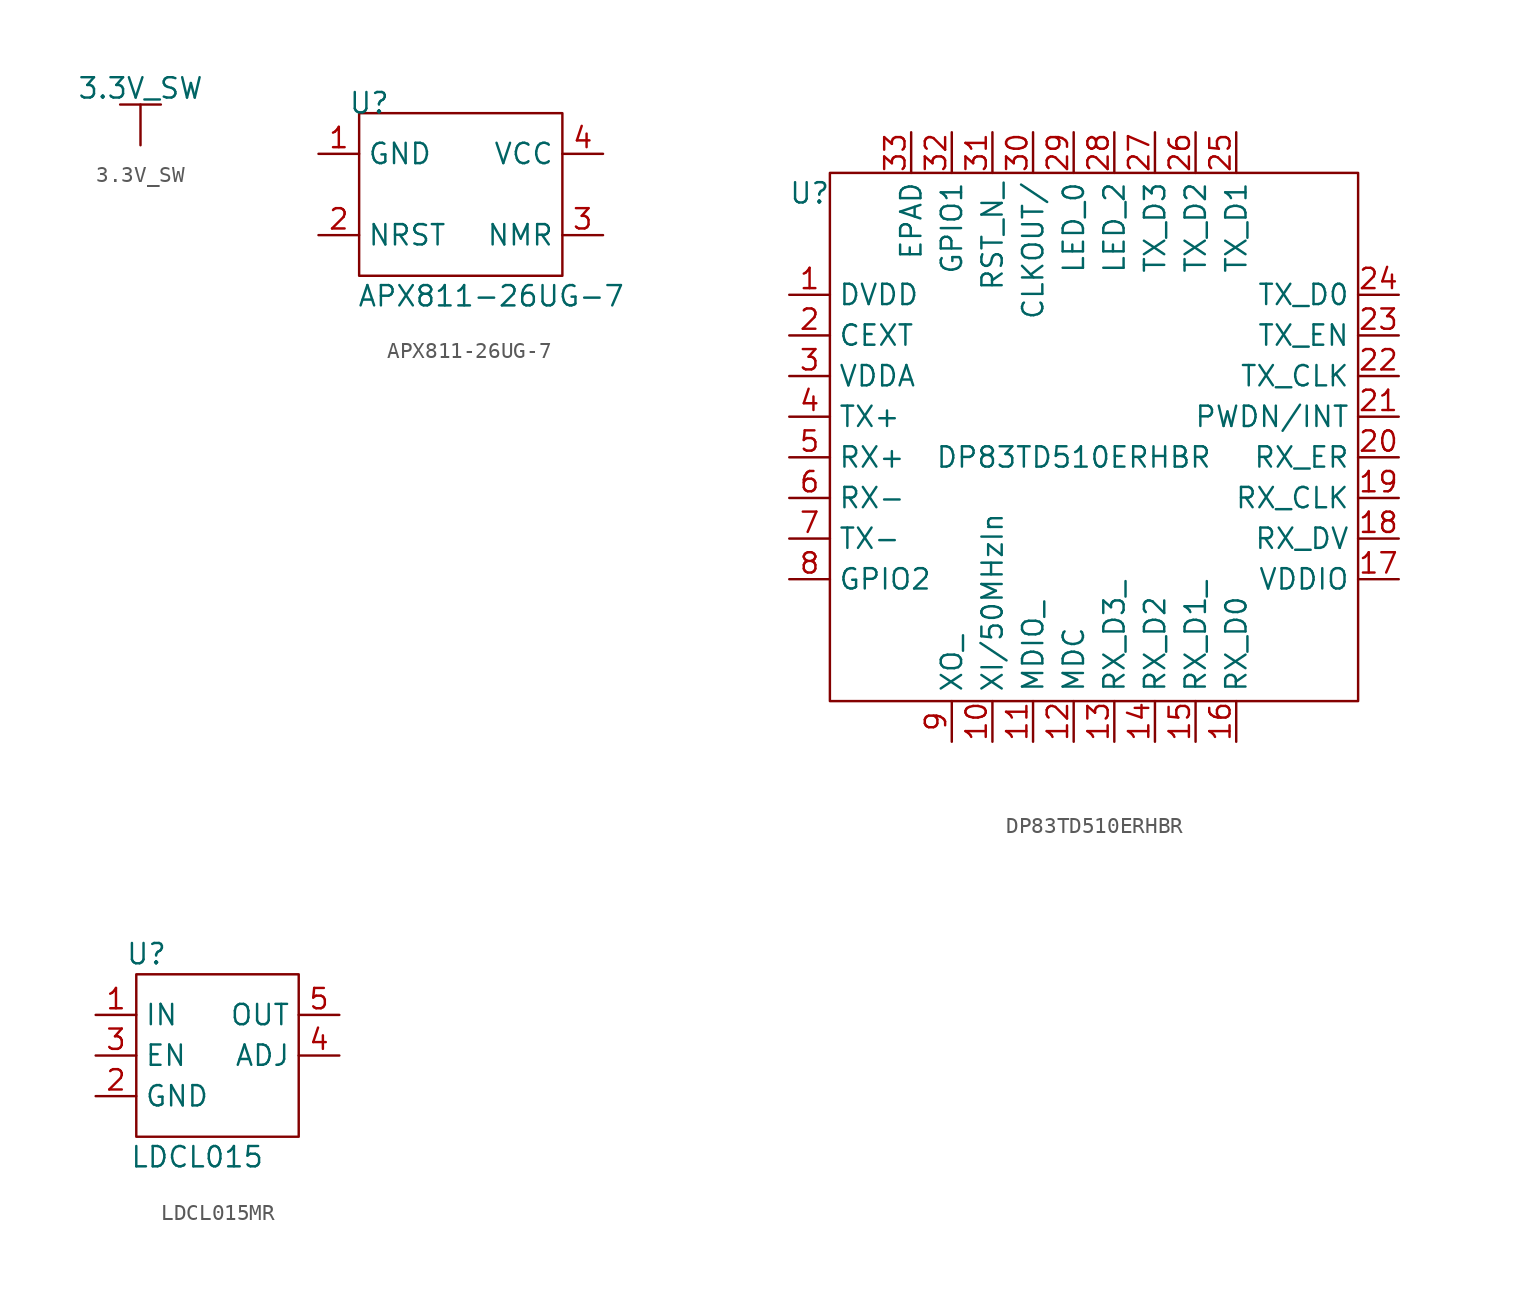
<source format=kicad_sym>
(kicad_symbol_lib
  (version 20230620)
  (generator kicad_symbol_editor)
  (symbol "3.3V_SW"
    (power)
    (pin_numbers hide)
    (pin_names
      (offset 0) hide)
    (property "Reference" "#PWR"
      (at 0 -1.27 0)
      (effects (font (size 1.27 1.27)) hide))
    (property "Value" "3.3V_SW"
      (at 0 3.556 0)
      (effects (font (size 1.27 1.27))))
    (symbol "3.3V_SW_0_1"
      (polyline (pts (xy 0 0) (xy 0 2.54)) (stroke (width 0) (type default)) (fill (type none)))
      (polyline (pts (xy 1.27 2.54) (xy -1.27 2.54)) (stroke (width 0) (type default)) (fill (type none))))
    (symbol "3.3V_SW_1_1"
      (pin power_in line (at 0 0 90) (length 0) hide (name "3.3V_SW" (effects (font (size 1.27 1.27)))) (number "1" (effects (font (size 1.27 1.27)))))))
  (symbol "APX811-26UG-7"
    (property "Reference" "U"
      (at 0.635 0.635 0)
      (effects (font (size 1.27 1.27))))
    (property "Value" "APX811-26UG-7"
      (at 8.255 -11.43 0)
      (effects (font (size 1.27 1.27))))
    (symbol "APX811-26UG-7_0_1"
      (rectangle (start 0 0) (end 12.7 -10.16) (stroke (width 0) (type default)) (fill (type none))))
    (symbol "APX811-26UG-7_1_1"
      (pin input line (at -2.54 -2.54 0) (length 2.54) (name "GND" (effects (font (size 1.27 1.27)))) (number "1" (effects (font (size 1.27 1.27)))))
      (pin input line (at -2.54 -7.62 0) (length 2.54) (name "NRST" (effects (font (size 1.27 1.27)))) (number "2" (effects (font (size 1.27 1.27)))))
      (pin input line (at 15.24 -7.62 180) (length 2.54) (name "NMR" (effects (font (size 1.27 1.27)))) (number "3" (effects (font (size 1.27 1.27)))))
      (pin input line (at 15.24 -2.54 180) (length 2.54) (name "VCC" (effects (font (size 1.27 1.27)))) (number "4" (effects (font (size 1.27 1.27)))))))
  (symbol "DP83TD510ERHBR"
    (property "Reference" "U"
      (at 1.27 6.35 0)
      (effects (font (size 1.27 1.27))))
    (property "Value" "DP83TD510ERHBR"
      (at 17.78 -10.16 0)
      (effects (font (size 1.27 1.27))))
    (symbol "DP83TD510ERHBR_0_0"
      (pin unspecified line (at 0 0 0) (length 2.54) (name "DVDD" (effects (font (size 1.27 1.27)))) (number "1" (effects (font (size 1.27 1.27)))))
      (pin unspecified line (at 12.7 -27.94 90) (length 2.54) (name "XI/50MHzIn" (effects (font (size 1.27 1.27)))) (number "10" (effects (font (size 1.27 1.27)))))
      (pin unspecified line (at 15.24 -27.94 90) (length 2.54) (name "MDIO_" (effects (font (size 1.27 1.27)))) (number "11" (effects (font (size 1.27 1.27)))))
      (pin unspecified line (at 17.78 -27.94 90) (length 2.54) (name "MDC" (effects (font (size 1.27 1.27)))) (number "12" (effects (font (size 1.27 1.27)))))
      (pin unspecified line (at 20.32 -27.94 90) (length 2.54) (name "RX_D3_" (effects (font (size 1.27 1.27)))) (number "13" (effects (font (size 1.27 1.27)))))
      (pin unspecified line (at 22.86 -27.94 90) (length 2.54) (name "RX_D2" (effects (font (size 1.27 1.27)))) (number "14" (effects (font (size 1.27 1.27)))))
      (pin unspecified line (at 25.4 -27.94 90) (length 2.54) (name "RX_D1_" (effects (font (size 1.27 1.27)))) (number "15" (effects (font (size 1.27 1.27)))))
      (pin unspecified line (at 27.94 -27.94 90) (length 2.54) (name "RX_D0" (effects (font (size 1.27 1.27)))) (number "16" (effects (font (size 1.27 1.27)))))
      (pin unspecified line (at 38.1 -17.78 180) (length 2.54) (name "VDDIO" (effects (font (size 1.27 1.27)))) (number "17" (effects (font (size 1.27 1.27)))))
      (pin unspecified line (at 38.1 -15.24 180) (length 2.54) (name "RX_DV" (effects (font (size 1.27 1.27)))) (number "18" (effects (font (size 1.27 1.27)))))
      (pin unspecified line (at 38.1 -12.7 180) (length 2.54) (name "RX_CLK" (effects (font (size 1.27 1.27)))) (number "19" (effects (font (size 1.27 1.27)))))
      (pin unspecified line (at 0 -2.54 0) (length 2.54) (name "CEXT" (effects (font (size 1.27 1.27)))) (number "2" (effects (font (size 1.27 1.27)))))
      (pin unspecified line (at 38.1 -10.16 180) (length 2.54) (name "RX_ER" (effects (font (size 1.27 1.27)))) (number "20" (effects (font (size 1.27 1.27)))))
      (pin unspecified line (at 38.1 -7.62 180) (length 2.54) (name "PWDN/INT" (effects (font (size 1.27 1.27)))) (number "21" (effects (font (size 1.27 1.27)))))
      (pin unspecified line (at 38.1 -5.08 180) (length 2.54) (name "TX_CLK" (effects (font (size 1.27 1.27)))) (number "22" (effects (font (size 1.27 1.27)))))
      (pin unspecified line (at 38.1 -2.54 180) (length 2.54) (name "TX_EN" (effects (font (size 1.27 1.27)))) (number "23" (effects (font (size 1.27 1.27)))))
      (pin unspecified line (at 38.1 0 180) (length 2.54) (name "TX_D0" (effects (font (size 1.27 1.27)))) (number "24" (effects (font (size 1.27 1.27)))))
      (pin unspecified line (at 27.94 10.16 270) (length 2.54) (name "TX_D1" (effects (font (size 1.27 1.27)))) (number "25" (effects (font (size 1.27 1.27)))))
      (pin unspecified line (at 25.4 10.16 270) (length 2.54) (name "TX_D2" (effects (font (size 1.27 1.27)))) (number "26" (effects (font (size 1.27 1.27)))))
      (pin unspecified line (at 22.86 10.16 270) (length 2.54) (name "TX_D3" (effects (font (size 1.27 1.27)))) (number "27" (effects (font (size 1.27 1.27)))))
      (pin unspecified line (at 20.32 10.16 270) (length 2.54) (name "LED_2" (effects (font (size 1.27 1.27)))) (number "28" (effects (font (size 1.27 1.27)))))
      (pin unspecified line (at 17.78 10.16 270) (length 2.54) (name "LED_0" (effects (font (size 1.27 1.27)))) (number "29" (effects (font (size 1.27 1.27)))))
      (pin unspecified line (at 0 -5.08 0) (length 2.54) (name "VDDA" (effects (font (size 1.27 1.27)))) (number "3" (effects (font (size 1.27 1.27)))))
      (pin unspecified line (at 15.24 10.16 270) (length 2.54) (name "CLKOUT/" (effects (font (size 1.27 1.27)))) (number "30" (effects (font (size 1.27 1.27)))))
      (pin unspecified line (at 12.7 10.16 270) (length 2.54) (name "RST_N_" (effects (font (size 1.27 1.27)))) (number "31" (effects (font (size 1.27 1.27)))))
      (pin unspecified line (at 10.16 10.16 270) (length 2.54) (name "GPIO1" (effects (font (size 1.27 1.27)))) (number "32" (effects (font (size 1.27 1.27)))))
      (pin unspecified line (at 7.62 10.16 270) (length 2.54) (name "EPAD" (effects (font (size 1.27 1.27)))) (number "33" (effects (font (size 1.27 1.27)))))
      (pin unspecified line (at 0 -7.62 0) (length 2.54) (name "TX+" (effects (font (size 1.27 1.27)))) (number "4" (effects (font (size 1.27 1.27)))))
      (pin unspecified line (at 0 -10.16 0) (length 2.54) (name "RX+" (effects (font (size 1.27 1.27)))) (number "5" (effects (font (size 1.27 1.27)))))
      (pin unspecified line (at 0 -12.7 0) (length 2.54) (name "RX-" (effects (font (size 1.27 1.27)))) (number "6" (effects (font (size 1.27 1.27)))))
      (pin unspecified line (at 0 -15.24 0) (length 2.54) (name "TX-" (effects (font (size 1.27 1.27)))) (number "7" (effects (font (size 1.27 1.27)))))
      (pin unspecified line (at 0 -17.78 0) (length 2.54) (name "GPIO2" (effects (font (size 1.27 1.27)))) (number "8" (effects (font (size 1.27 1.27)))))
      (pin unspecified line (at 10.16 -27.94 90) (length 2.54) (name "XO_" (effects (font (size 1.27 1.27)))) (number "9" (effects (font (size 1.27 1.27))))))
    (symbol "DP83TD510ERHBR_0_1"
      (rectangle (start 2.54 7.62) (end 35.56 -25.4) (stroke (width 0.152) (type default)) (fill (type none)))))
  (symbol "LDCL015MR"
    (property "Reference" "U"
      (at 0.635 1.27 0)
      (effects (font (size 1.27 1.27))))
    (property "Value" "LDCL015"
      (at 3.81 -11.43 0)
      (effects (font (size 1.27 1.27))))
    (symbol "LDCL015MR_0_1"
      (rectangle (start 0 0) (end 10.16 -10.16) (stroke (width 0) (type default)) (fill (type none))))
    (symbol "LDCL015MR_1_1"
      (pin input line (at -2.54 -2.54 0) (length 2.54) (name "IN" (effects (font (size 1.27 1.27)))) (number "1" (effects (font (size 1.27 1.27)))))
      (pin input line (at -2.54 -7.62 0) (length 2.54) (name "GND" (effects (font (size 1.27 1.27)))) (number "2" (effects (font (size 1.27 1.27)))))
      (pin input line (at -2.54 -5.08 0) (length 2.54) (name "EN" (effects (font (size 1.27 1.27)))) (number "3" (effects (font (size 1.27 1.27)))))
      (pin input line (at 12.7 -5.08 180) (length 2.54) (name "ADJ" (effects (font (size 1.27 1.27)))) (number "4" (effects (font (size 1.27 1.27)))))
      (pin input line (at 12.7 -2.54 180) (length 2.54) (name "OUT" (effects (font (size 1.27 1.27)))) (number "5" (effects (font (size 1.27 1.27))))))))
</source>
